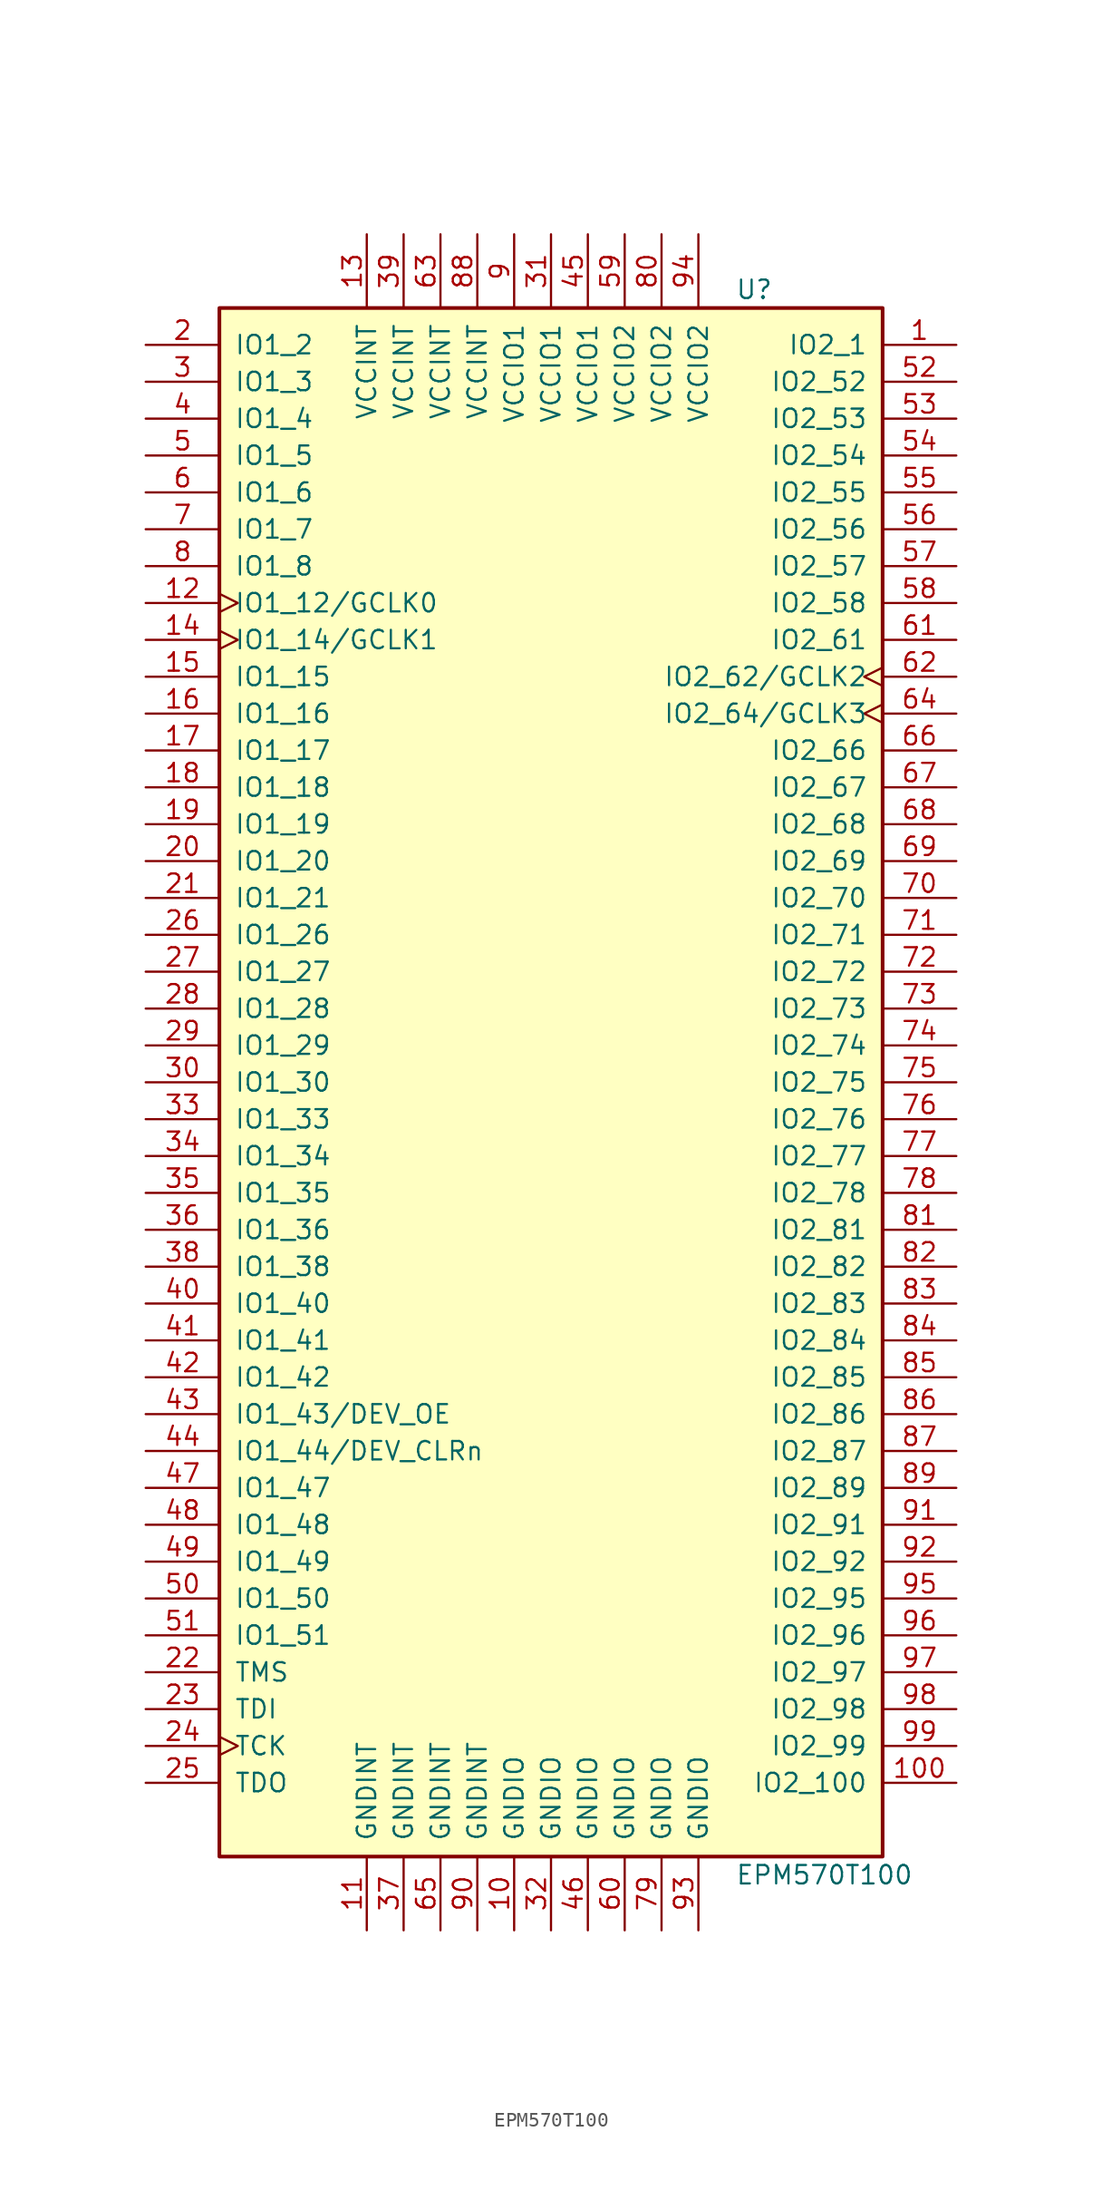
<source format=kicad_sym>
(kicad_symbol_lib
  (version 20201005)
  (generator kicad_symbol_editor)
  (symbol "CPLD_Altera:EPM570T100"
    (pin_names
      (offset 1.016))
    (property "Reference" "U"
      (at 12.7 54.61 0)
      (effects (font (size 1.27 1.27)) (justify left)))
    (property "Value" "EPM570T100"
      (at 12.7 -54.61 0)
      (effects (font (size 1.27 1.27)) (justify left)))
    (property "ki_locked" ""
      (at 0 0 0)
      (effects (font (size 1.27 1.27))))
    (symbol "EPM570T100_1_1"
      (rectangle (start -22.86 53.34) (end 22.86 -53.34) (stroke (width 0.254)) (fill (type background)))
      (pin bidirectional line (at 27.94 50.8 180) (length 5.08) (name "IO2_1" (effects (font (size 1.27 1.27)))) (number "1" (effects (font (size 1.27 1.27)))))
      (pin bidirectional line (at -27.94 50.8 0) (length 5.08) (name "IO1_2" (effects (font (size 1.27 1.27)))) (number "2" (effects (font (size 1.27 1.27)))))
      (pin bidirectional line (at -27.94 48.26 0) (length 5.08) (name "IO1_3" (effects (font (size 1.27 1.27)))) (number "3" (effects (font (size 1.27 1.27)))))
      (pin bidirectional line (at -27.94 45.72 0) (length 5.08) (name "IO1_4" (effects (font (size 1.27 1.27)))) (number "4" (effects (font (size 1.27 1.27)))))
      (pin bidirectional line (at -27.94 43.18 0) (length 5.08) (name "IO1_5" (effects (font (size 1.27 1.27)))) (number "5" (effects (font (size 1.27 1.27)))))
      (pin bidirectional line (at -27.94 40.64 0) (length 5.08) (name "IO1_6" (effects (font (size 1.27 1.27)))) (number "6" (effects (font (size 1.27 1.27)))))
      (pin bidirectional line (at -27.94 38.1 0) (length 5.08) (name "IO1_7" (effects (font (size 1.27 1.27)))) (number "7" (effects (font (size 1.27 1.27)))))
      (pin bidirectional line (at -27.94 35.56 0) (length 5.08) (name "IO1_8" (effects (font (size 1.27 1.27)))) (number "8" (effects (font (size 1.27 1.27)))))
      (pin bidirectional clock (at -27.94 33.02 0) (length 5.08) (name "IO1_12/GCLK0" (effects (font (size 1.27 1.27)))) (number "12" (effects (font (size 1.27 1.27)))))
      (pin bidirectional clock (at -27.94 30.48 0) (length 5.08) (name "IO1_14/GCLK1" (effects (font (size 1.27 1.27)))) (number "14" (effects (font (size 1.27 1.27)))))
      (pin bidirectional line (at -27.94 27.94 0) (length 5.08) (name "IO1_15" (effects (font (size 1.27 1.27)))) (number "15" (effects (font (size 1.27 1.27)))))
      (pin bidirectional line (at -27.94 25.4 0) (length 5.08) (name "IO1_16" (effects (font (size 1.27 1.27)))) (number "16" (effects (font (size 1.27 1.27)))))
      (pin bidirectional line (at -27.94 22.86 0) (length 5.08) (name "IO1_17" (effects (font (size 1.27 1.27)))) (number "17" (effects (font (size 1.27 1.27)))))
      (pin bidirectional line (at -27.94 20.32 0) (length 5.08) (name "IO1_18" (effects (font (size 1.27 1.27)))) (number "18" (effects (font (size 1.27 1.27)))))
      (pin bidirectional line (at -27.94 17.78 0) (length 5.08) (name "IO1_19" (effects (font (size 1.27 1.27)))) (number "19" (effects (font (size 1.27 1.27)))))
      (pin bidirectional line (at -27.94 15.24 0) (length 5.08) (name "IO1_20" (effects (font (size 1.27 1.27)))) (number "20" (effects (font (size 1.27 1.27)))))
      (pin bidirectional line (at -27.94 12.7 0) (length 5.08) (name "IO1_21" (effects (font (size 1.27 1.27)))) (number "21" (effects (font (size 1.27 1.27)))))
      (pin bidirectional line (at -27.94 10.16 0) (length 5.08) (name "IO1_26" (effects (font (size 1.27 1.27)))) (number "26" (effects (font (size 1.27 1.27)))))
      (pin bidirectional line (at -27.94 7.62 0) (length 5.08) (name "IO1_27" (effects (font (size 1.27 1.27)))) (number "27" (effects (font (size 1.27 1.27)))))
      (pin bidirectional line (at -27.94 5.08 0) (length 5.08) (name "IO1_28" (effects (font (size 1.27 1.27)))) (number "28" (effects (font (size 1.27 1.27)))))
      (pin bidirectional line (at -27.94 2.54 0) (length 5.08) (name "IO1_29" (effects (font (size 1.27 1.27)))) (number "29" (effects (font (size 1.27 1.27)))))
      (pin bidirectional line (at -27.94 0 0) (length 5.08) (name "IO1_30" (effects (font (size 1.27 1.27)))) (number "30" (effects (font (size 1.27 1.27)))))
      (pin bidirectional line (at -27.94 -2.54 0) (length 5.08) (name "IO1_33" (effects (font (size 1.27 1.27)))) (number "33" (effects (font (size 1.27 1.27)))))
      (pin bidirectional line (at -27.94 -5.08 0) (length 5.08) (name "IO1_34" (effects (font (size 1.27 1.27)))) (number "34" (effects (font (size 1.27 1.27)))))
      (pin bidirectional line (at -27.94 -7.62 0) (length 5.08) (name "IO1_35" (effects (font (size 1.27 1.27)))) (number "35" (effects (font (size 1.27 1.27)))))
      (pin bidirectional line (at -27.94 -10.16 0) (length 5.08) (name "IO1_36" (effects (font (size 1.27 1.27)))) (number "36" (effects (font (size 1.27 1.27)))))
      (pin bidirectional line (at -27.94 -12.7 0) (length 5.08) (name "IO1_38" (effects (font (size 1.27 1.27)))) (number "38" (effects (font (size 1.27 1.27)))))
      (pin bidirectional line (at -27.94 -15.24 0) (length 5.08) (name "IO1_40" (effects (font (size 1.27 1.27)))) (number "40" (effects (font (size 1.27 1.27)))))
      (pin bidirectional line (at -27.94 -17.78 0) (length 5.08) (name "IO1_41" (effects (font (size 1.27 1.27)))) (number "41" (effects (font (size 1.27 1.27)))))
      (pin bidirectional line (at -27.94 -20.32 0) (length 5.08) (name "IO1_42" (effects (font (size 1.27 1.27)))) (number "42" (effects (font (size 1.27 1.27)))))
      (pin bidirectional line (at -27.94 -22.86 0) (length 5.08) (name "IO1_43/DEV_OE" (effects (font (size 1.27 1.27)))) (number "43" (effects (font (size 1.27 1.27)))))
      (pin bidirectional line (at -27.94 -25.4 0) (length 5.08) (name "IO1_44/DEV_CLRn" (effects (font (size 1.27 1.27)))) (number "44" (effects (font (size 1.27 1.27)))))
      (pin bidirectional line (at -27.94 -27.94 0) (length 5.08) (name "IO1_47" (effects (font (size 1.27 1.27)))) (number "47" (effects (font (size 1.27 1.27)))))
      (pin bidirectional line (at -27.94 -30.48 0) (length 5.08) (name "IO1_48" (effects (font (size 1.27 1.27)))) (number "48" (effects (font (size 1.27 1.27)))))
      (pin bidirectional line (at -27.94 -33.02 0) (length 5.08) (name "IO1_49" (effects (font (size 1.27 1.27)))) (number "49" (effects (font (size 1.27 1.27)))))
      (pin bidirectional line (at -27.94 -35.56 0) (length 5.08) (name "IO1_50" (effects (font (size 1.27 1.27)))) (number "50" (effects (font (size 1.27 1.27)))))
      (pin bidirectional line (at -27.94 -38.1 0) (length 5.08) (name "IO1_51" (effects (font (size 1.27 1.27)))) (number "51" (effects (font (size 1.27 1.27)))))
      (pin bidirectional line (at 27.94 48.26 180) (length 5.08) (name "IO2_52" (effects (font (size 1.27 1.27)))) (number "52" (effects (font (size 1.27 1.27)))))
      (pin bidirectional line (at 27.94 45.72 180) (length 5.08) (name "IO2_53" (effects (font (size 1.27 1.27)))) (number "53" (effects (font (size 1.27 1.27)))))
      (pin bidirectional line (at 27.94 43.18 180) (length 5.08) (name "IO2_54" (effects (font (size 1.27 1.27)))) (number "54" (effects (font (size 1.27 1.27)))))
      (pin bidirectional line (at 27.94 40.64 180) (length 5.08) (name "IO2_55" (effects (font (size 1.27 1.27)))) (number "55" (effects (font (size 1.27 1.27)))))
      (pin bidirectional line (at 27.94 38.1 180) (length 5.08) (name "IO2_56" (effects (font (size 1.27 1.27)))) (number "56" (effects (font (size 1.27 1.27)))))
      (pin bidirectional line (at 27.94 35.56 180) (length 5.08) (name "IO2_57" (effects (font (size 1.27 1.27)))) (number "57" (effects (font (size 1.27 1.27)))))
      (pin bidirectional line (at 27.94 33.02 180) (length 5.08) (name "IO2_58" (effects (font (size 1.27 1.27)))) (number "58" (effects (font (size 1.27 1.27)))))
      (pin bidirectional line (at 27.94 30.48 180) (length 5.08) (name "IO2_61" (effects (font (size 1.27 1.27)))) (number "61" (effects (font (size 1.27 1.27)))))
      (pin bidirectional clock (at 27.94 27.94 180) (length 5.08) (name "IO2_62/GCLK2" (effects (font (size 1.27 1.27)))) (number "62" (effects (font (size 1.27 1.27)))))
      (pin bidirectional clock (at 27.94 25.4 180) (length 5.08) (name "IO2_64/GCLK3" (effects (font (size 1.27 1.27)))) (number "64" (effects (font (size 1.27 1.27)))))
      (pin bidirectional line (at 27.94 22.86 180) (length 5.08) (name "IO2_66" (effects (font (size 1.27 1.27)))) (number "66" (effects (font (size 1.27 1.27)))))
      (pin bidirectional line (at 27.94 20.32 180) (length 5.08) (name "IO2_67" (effects (font (size 1.27 1.27)))) (number "67" (effects (font (size 1.27 1.27)))))
      (pin bidirectional line (at 27.94 17.78 180) (length 5.08) (name "IO2_68" (effects (font (size 1.27 1.27)))) (number "68" (effects (font (size 1.27 1.27)))))
      (pin bidirectional line (at 27.94 15.24 180) (length 5.08) (name "IO2_69" (effects (font (size 1.27 1.27)))) (number "69" (effects (font (size 1.27 1.27)))))
      (pin bidirectional line (at 27.94 12.7 180) (length 5.08) (name "IO2_70" (effects (font (size 1.27 1.27)))) (number "70" (effects (font (size 1.27 1.27)))))
      (pin bidirectional line (at 27.94 10.16 180) (length 5.08) (name "IO2_71" (effects (font (size 1.27 1.27)))) (number "71" (effects (font (size 1.27 1.27)))))
      (pin bidirectional line (at 27.94 7.62 180) (length 5.08) (name "IO2_72" (effects (font (size 1.27 1.27)))) (number "72" (effects (font (size 1.27 1.27)))))
      (pin bidirectional line (at 27.94 5.08 180) (length 5.08) (name "IO2_73" (effects (font (size 1.27 1.27)))) (number "73" (effects (font (size 1.27 1.27)))))
      (pin bidirectional line (at 27.94 2.54 180) (length 5.08) (name "IO2_74" (effects (font (size 1.27 1.27)))) (number "74" (effects (font (size 1.27 1.27)))))
      (pin bidirectional line (at 27.94 0 180) (length 5.08) (name "IO2_75" (effects (font (size 1.27 1.27)))) (number "75" (effects (font (size 1.27 1.27)))))
      (pin bidirectional line (at 27.94 -2.54 180) (length 5.08) (name "IO2_76" (effects (font (size 1.27 1.27)))) (number "76" (effects (font (size 1.27 1.27)))))
      (pin bidirectional line (at 27.94 -5.08 180) (length 5.08) (name "IO2_77" (effects (font (size 1.27 1.27)))) (number "77" (effects (font (size 1.27 1.27)))))
      (pin bidirectional line (at 27.94 -7.62 180) (length 5.08) (name "IO2_78" (effects (font (size 1.27 1.27)))) (number "78" (effects (font (size 1.27 1.27)))))
      (pin bidirectional line (at 27.94 -10.16 180) (length 5.08) (name "IO2_81" (effects (font (size 1.27 1.27)))) (number "81" (effects (font (size 1.27 1.27)))))
      (pin bidirectional line (at 27.94 -12.7 180) (length 5.08) (name "IO2_82" (effects (font (size 1.27 1.27)))) (number "82" (effects (font (size 1.27 1.27)))))
      (pin bidirectional line (at 27.94 -15.24 180) (length 5.08) (name "IO2_83" (effects (font (size 1.27 1.27)))) (number "83" (effects (font (size 1.27 1.27)))))
      (pin bidirectional line (at 27.94 -17.78 180) (length 5.08) (name "IO2_84" (effects (font (size 1.27 1.27)))) (number "84" (effects (font (size 1.27 1.27)))))
      (pin bidirectional line (at 27.94 -20.32 180) (length 5.08) (name "IO2_85" (effects (font (size 1.27 1.27)))) (number "85" (effects (font (size 1.27 1.27)))))
      (pin bidirectional line (at 27.94 -22.86 180) (length 5.08) (name "IO2_86" (effects (font (size 1.27 1.27)))) (number "86" (effects (font (size 1.27 1.27)))))
      (pin bidirectional line (at 27.94 -25.4 180) (length 5.08) (name "IO2_87" (effects (font (size 1.27 1.27)))) (number "87" (effects (font (size 1.27 1.27)))))
      (pin bidirectional line (at 27.94 -27.94 180) (length 5.08) (name "IO2_89" (effects (font (size 1.27 1.27)))) (number "89" (effects (font (size 1.27 1.27)))))
      (pin bidirectional line (at 27.94 -30.48 180) (length 5.08) (name "IO2_91" (effects (font (size 1.27 1.27)))) (number "91" (effects (font (size 1.27 1.27)))))
      (pin bidirectional line (at 27.94 -33.02 180) (length 5.08) (name "IO2_92" (effects (font (size 1.27 1.27)))) (number "92" (effects (font (size 1.27 1.27)))))
      (pin bidirectional line (at 27.94 -35.56 180) (length 5.08) (name "IO2_95" (effects (font (size 1.27 1.27)))) (number "95" (effects (font (size 1.27 1.27)))))
      (pin bidirectional line (at 27.94 -38.1 180) (length 5.08) (name "IO2_96" (effects (font (size 1.27 1.27)))) (number "96" (effects (font (size 1.27 1.27)))))
      (pin bidirectional line (at 27.94 -40.64 180) (length 5.08) (name "IO2_97" (effects (font (size 1.27 1.27)))) (number "97" (effects (font (size 1.27 1.27)))))
      (pin bidirectional line (at 27.94 -43.18 180) (length 5.08) (name "IO2_98" (effects (font (size 1.27 1.27)))) (number "98" (effects (font (size 1.27 1.27)))))
      (pin bidirectional line (at 27.94 -45.72 180) (length 5.08) (name "IO2_99" (effects (font (size 1.27 1.27)))) (number "99" (effects (font (size 1.27 1.27)))))
      (pin bidirectional line (at 27.94 -48.26 180) (length 5.08) (name "IO2_100" (effects (font (size 1.27 1.27)))) (number "100" (effects (font (size 1.27 1.27)))))
      (pin input line (at -27.94 -40.64 0) (length 5.08) (name "TMS" (effects (font (size 1.27 1.27)))) (number "22" (effects (font (size 1.27 1.27)))))
      (pin input line (at -27.94 -43.18 0) (length 5.08) (name "TDI" (effects (font (size 1.27 1.27)))) (number "23" (effects (font (size 1.27 1.27)))))
      (pin input clock (at -27.94 -45.72 0) (length 5.08) (name "TCK" (effects (font (size 1.27 1.27)))) (number "24" (effects (font (size 1.27 1.27)))))
      (pin output line (at -27.94 -48.26 0) (length 5.08) (name "TDO" (effects (font (size 1.27 1.27)))) (number "25" (effects (font (size 1.27 1.27)))))
      (pin power_in line (at -12.7 -58.42 90) (length 5.08) (name "GNDINT" (effects (font (size 1.27 1.27)))) (number "11" (effects (font (size 1.27 1.27)))))
      (pin power_in line (at -10.16 -58.42 90) (length 5.08) (name "GNDINT" (effects (font (size 1.27 1.27)))) (number "37" (effects (font (size 1.27 1.27)))))
      (pin power_in line (at -7.62 -58.42 90) (length 5.08) (name "GNDINT" (effects (font (size 1.27 1.27)))) (number "65" (effects (font (size 1.27 1.27)))))
      (pin power_in line (at -5.08 -58.42 90) (length 5.08) (name "GNDINT" (effects (font (size 1.27 1.27)))) (number "90" (effects (font (size 1.27 1.27)))))
      (pin power_in line (at -2.54 -58.42 90) (length 5.08) (name "GNDIO" (effects (font (size 1.27 1.27)))) (number "10" (effects (font (size 1.27 1.27)))))
      (pin power_in line (at 0 -58.42 90) (length 5.08) (name "GNDIO" (effects (font (size 1.27 1.27)))) (number "32" (effects (font (size 1.27 1.27)))))
      (pin power_in line (at 2.54 -58.42 90) (length 5.08) (name "GNDIO" (effects (font (size 1.27 1.27)))) (number "46" (effects (font (size 1.27 1.27)))))
      (pin power_in line (at 5.08 -58.42 90) (length 5.08) (name "GNDIO" (effects (font (size 1.27 1.27)))) (number "60" (effects (font (size 1.27 1.27)))))
      (pin power_in line (at 7.62 -58.42 90) (length 5.08) (name "GNDIO" (effects (font (size 1.27 1.27)))) (number "79" (effects (font (size 1.27 1.27)))))
      (pin power_in line (at 10.16 -58.42 90) (length 5.08) (name "GNDIO" (effects (font (size 1.27 1.27)))) (number "93" (effects (font (size 1.27 1.27)))))
      (pin power_in line (at -12.7 58.42 270) (length 5.08) (name "VCCINT" (effects (font (size 1.27 1.27)))) (number "13" (effects (font (size 1.27 1.27)))))
      (pin power_in line (at -10.16 58.42 270) (length 5.08) (name "VCCINT" (effects (font (size 1.27 1.27)))) (number "39" (effects (font (size 1.27 1.27)))))
      (pin power_in line (at -7.62 58.42 270) (length 5.08) (name "VCCINT" (effects (font (size 1.27 1.27)))) (number "63" (effects (font (size 1.27 1.27)))))
      (pin power_in line (at -5.08 58.42 270) (length 5.08) (name "VCCINT" (effects (font (size 1.27 1.27)))) (number "88" (effects (font (size 1.27 1.27)))))
      (pin power_in line (at -2.54 58.42 270) (length 5.08) (name "VCCIO1" (effects (font (size 1.27 1.27)))) (number "9" (effects (font (size 1.27 1.27)))))
      (pin power_in line (at 0 58.42 270) (length 5.08) (name "VCCIO1" (effects (font (size 1.27 1.27)))) (number "31" (effects (font (size 1.27 1.27)))))
      (pin power_in line (at 2.54 58.42 270) (length 5.08) (name "VCCIO1" (effects (font (size 1.27 1.27)))) (number "45" (effects (font (size 1.27 1.27)))))
      (pin power_in line (at 5.08 58.42 270) (length 5.08) (name "VCCIO2" (effects (font (size 1.27 1.27)))) (number "59" (effects (font (size 1.27 1.27)))))
      (pin power_in line (at 7.62 58.42 270) (length 5.08) (name "VCCIO2" (effects (font (size 1.27 1.27)))) (number "80" (effects (font (size 1.27 1.27)))))
      (pin power_in line (at 10.16 58.42 270) (length 5.08) (name "VCCIO2" (effects (font (size 1.27 1.27)))) (number "94" (effects (font (size 1.27 1.27))))))))
</source>
